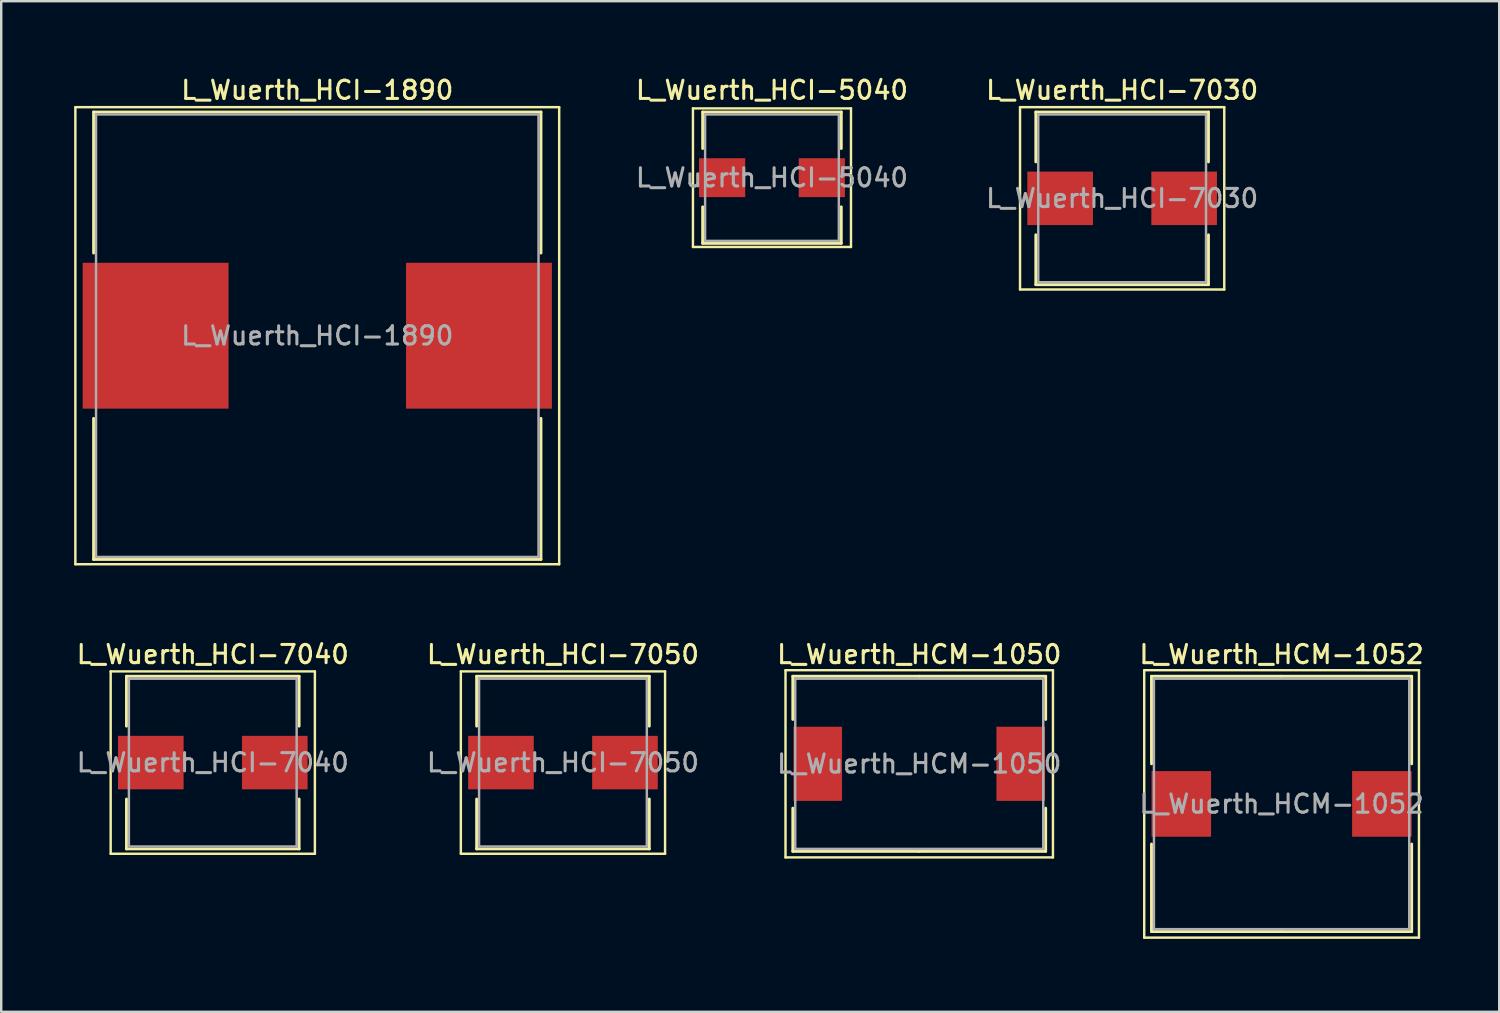
<source format=kicad_pcb>
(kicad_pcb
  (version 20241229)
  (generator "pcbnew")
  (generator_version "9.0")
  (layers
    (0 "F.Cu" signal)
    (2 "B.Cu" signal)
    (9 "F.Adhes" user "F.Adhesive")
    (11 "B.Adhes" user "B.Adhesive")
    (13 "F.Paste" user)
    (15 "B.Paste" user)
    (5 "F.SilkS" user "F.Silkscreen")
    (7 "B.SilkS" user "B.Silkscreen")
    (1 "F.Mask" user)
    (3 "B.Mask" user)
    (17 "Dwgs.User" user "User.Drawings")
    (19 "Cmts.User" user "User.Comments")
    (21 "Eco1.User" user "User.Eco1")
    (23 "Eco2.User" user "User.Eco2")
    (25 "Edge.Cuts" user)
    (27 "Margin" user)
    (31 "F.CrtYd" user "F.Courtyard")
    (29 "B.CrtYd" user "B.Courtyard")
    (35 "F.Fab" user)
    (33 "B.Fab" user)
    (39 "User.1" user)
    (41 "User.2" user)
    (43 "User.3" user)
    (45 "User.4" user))
  (footprint "L_Wuerth_HCM-1052"
    (layer "F.Cu")
    (at 49.663 30.016)
    (property "Reference" "L_Wuerth_HCM-1052" (at 0 -6.15 0) (layer "F.SilkS") (effects (font (size 0.75 0.75) (thickness 0.125))))
    (attr smd)
    (fp_line (start -5.65 -5.5) (end -5.65 5.5) (stroke (width 0.1) (type solid)) (layer "F.SilkS"))
    (fp_line (start -5.65 5.5) (end 5.65 5.5) (stroke (width 0.1) (type solid)) (layer "F.SilkS"))
    (fp_line (start -5.35 -5.25) (end 0 -5.25) (stroke (width 0.12) (type solid)) (layer "F.SilkS"))
    (fp_line (start -5.35 -1.65) (end -5.35 -5.25) (stroke (width 0.12) (type solid)) (layer "F.SilkS"))
    (fp_line (start -5.35 1.65) (end -5.35 5.25) (stroke (width 0.12) (type solid)) (layer "F.SilkS"))
    (fp_line (start -5.35 5.25) (end 0 5.25) (stroke (width 0.12) (type solid)) (layer "F.SilkS"))
    (fp_line (start 5.35 -5.25) (end 0 -5.25) (stroke (width 0.12) (type solid)) (layer "F.SilkS"))
    (fp_line (start 5.35 -1.65) (end 5.35 -5.25) (stroke (width 0.12) (type solid)) (layer "F.SilkS"))
    (fp_line (start 5.35 1.65) (end 5.35 5.25) (stroke (width 0.12) (type solid)) (layer "F.SilkS"))
    (fp_line (start 5.35 5.25) (end 0 5.25) (stroke (width 0.12) (type solid)) (layer "F.SilkS"))
    (fp_line (start 5.65 -5.5) (end -5.65 -5.5) (stroke (width 0.1) (type solid)) (layer "F.SilkS"))
    (fp_line (start 5.65 5.5) (end 5.65 -5.5) (stroke (width 0.1) (type solid)) (layer "F.SilkS"))
    (fp_line (start -5.25 -5.15) (end -5.25 5.15) (stroke (width 0.1) (type solid)) (layer "F.Fab"))
    (fp_line (start -5.25 5.15) (end 5.25 5.15) (stroke (width 0.1) (type solid)) (layer "F.Fab"))
    (fp_line (start 5.25 -5.15) (end -5.25 -5.15) (stroke (width 0.1) (type solid)) (layer "F.Fab"))
    (fp_line (start 5.25 5.15) (end 5.25 -5.15) (stroke (width 0.1) (type solid)) (layer "F.Fab"))
    (fp_text user "${REFERENCE}" (at 0 0 0) (layer "F.Fab") (effects (font (size 0.75 0.75) (thickness 0.125))))
    (pad "1" smd rect (at -4.125 0) (size 2.45 2.7) (layers "F.Cu" "F.Mask" "F.Paste"))
    (pad "2" smd rect (at 4.125 0) (size 2.45 2.7) (layers "F.Cu" "F.Mask" "F.Paste")))
  (footprint "L_Wuerth_HCI-1890"
    (layer "F.Cu")
    (at 10 10.758)
    (property "Reference" "L_Wuerth_HCI-1890" (at 0 -10.1 0) (layer "F.SilkS") (effects (font (size 0.75 0.75) (thickness 0.125))))
    (attr smd)
    (fp_line (start -9.95 -9.4) (end -9.95 9.4) (stroke (width 0.1) (type solid)) (layer "F.SilkS"))
    (fp_line (start -9.95 9.4) (end 9.95 9.4) (stroke (width 0.1) (type solid)) (layer "F.SilkS"))
    (fp_line (start -9.2 -9.2) (end 9.2 -9.2) (stroke (width 0.12) (type solid)) (layer "F.SilkS"))
    (fp_line (start -9.2 -3.4) (end -9.2 -9.2) (stroke (width 0.12) (type solid)) (layer "F.SilkS"))
    (fp_line (start -9.2 3.4) (end -9.2 9.2) (stroke (width 0.12) (type solid)) (layer "F.SilkS"))
    (fp_line (start -9.2 9.2) (end 9.2 9.2) (stroke (width 0.12) (type solid)) (layer "F.SilkS"))
    (fp_line (start 9.2 -9.2) (end 9.2 -3.4) (stroke (width 0.12) (type solid)) (layer "F.SilkS"))
    (fp_line (start 9.2 9.2) (end 9.2 3.4) (stroke (width 0.12) (type solid)) (layer "F.SilkS"))
    (fp_line (start 9.95 -9.4) (end -9.95 -9.4) (stroke (width 0.1) (type solid)) (layer "F.SilkS"))
    (fp_line (start 9.95 9.4) (end 9.95 -9.4) (stroke (width 0.1) (type solid)) (layer "F.SilkS"))
    (fp_line (start -9.1 -9.1) (end -9.1 9.1) (stroke (width 0.1) (type solid)) (layer "F.Fab"))
    (fp_line (start -9.1 9.1) (end 9.1 9.1) (stroke (width 0.1) (type solid)) (layer "F.Fab"))
    (fp_line (start 9.1 -9.1) (end -9.1 -9.1) (stroke (width 0.1) (type solid)) (layer "F.Fab"))
    (fp_line (start 9.1 9.1) (end 9.1 -9.1) (stroke (width 0.1) (type solid)) (layer "F.Fab"))
    (fp_text user "${REFERENCE}" (at 0 0 0) (layer "F.Fab") (effects (font (size 0.75 0.75) (thickness 0.125))))
    (pad "1" smd rect (at -6.65 0) (size 6 6) (layers "F.Cu" "F.Mask" "F.Paste"))
    (pad "2" smd rect (at 6.65 0) (size 6 6) (layers "F.Cu" "F.Mask" "F.Paste")))
  (footprint "L_Wuerth_HCM-1050"
    (layer "F.Cu")
    (at 34.759 28.366)
    (property "Reference" "L_Wuerth_HCM-1050" (at 0 -4.5 0) (layer "F.SilkS") (effects (font (size 0.75 0.75) (thickness 0.125))))
    (attr smd)
    (fp_line (start -5.5 -3.85) (end -5.5 3.85) (stroke (width 0.1) (type solid)) (layer "F.SilkS"))
    (fp_line (start -5.5 3.85) (end 5.5 3.85) (stroke (width 0.1) (type solid)) (layer "F.SilkS"))
    (fp_line (start -5.2 -3.6) (end 0 -3.6) (stroke (width 0.12) (type solid)) (layer "F.SilkS"))
    (fp_line (start -5.2 -1.825) (end -5.2 -3.6) (stroke (width 0.12) (type solid)) (layer "F.SilkS"))
    (fp_line (start -5.2 1.825) (end -5.2 3.6) (stroke (width 0.12) (type solid)) (layer "F.SilkS"))
    (fp_line (start -5.2 3.6) (end 0 3.6) (stroke (width 0.12) (type solid)) (layer "F.SilkS"))
    (fp_line (start 5.2 -3.6) (end 0 -3.6) (stroke (width 0.12) (type solid)) (layer "F.SilkS"))
    (fp_line (start 5.2 -1.825) (end 5.2 -3.6) (stroke (width 0.12) (type solid)) (layer "F.SilkS"))
    (fp_line (start 5.2 1.825) (end 5.2 3.6) (stroke (width 0.12) (type solid)) (layer "F.SilkS"))
    (fp_line (start 5.2 3.6) (end 0 3.6) (stroke (width 0.12) (type solid)) (layer "F.SilkS"))
    (fp_line (start 5.5 -3.85) (end -5.5 -3.85) (stroke (width 0.1) (type solid)) (layer "F.SilkS"))
    (fp_line (start 5.5 3.85) (end 5.5 -3.85) (stroke (width 0.1) (type solid)) (layer "F.SilkS"))
    (fp_line (start -5.1 -3.5) (end -5.1 3.5) (stroke (width 0.1) (type solid)) (layer "F.Fab"))
    (fp_line (start -5.1 3.5) (end 5.1 3.5) (stroke (width 0.1) (type solid)) (layer "F.Fab"))
    (fp_line (start 5.1 -3.5) (end -5.1 -3.5) (stroke (width 0.1) (type solid)) (layer "F.Fab"))
    (fp_line (start 5.1 3.5) (end 5.1 -3.5) (stroke (width 0.1) (type solid)) (layer "F.Fab"))
    (fp_text user "${REFERENCE}" (at 0 0 0) (layer "F.Fab") (effects (font (size 0.75 0.75) (thickness 0.125))))
    (pad "1" smd rect (at -4.175 0) (size 2 3.05) (layers "F.Cu" "F.Mask" "F.Paste"))
    (pad "2" smd rect (at 4.175 0) (size 2 3.05) (layers "F.Cu" "F.Mask" "F.Paste")))
  (footprint "L_Wuerth_HCI-5040"
    (layer "F.Cu")
    (at 28.702 4.258)
    (property "Reference" "L_Wuerth_HCI-5040" (at 0 -3.6 0) (layer "F.SilkS") (effects (font (size 0.75 0.75) (thickness 0.125))))
    (attr smd)
    (fp_line (start -3.25 -2.85) (end -3.25 2.85) (stroke (width 0.1) (type solid)) (layer "F.SilkS"))
    (fp_line (start -3.25 2.85) (end 3.25 2.85) (stroke (width 0.1) (type solid)) (layer "F.SilkS"))
    (fp_line (start -2.85 -2.7) (end 2.85 -2.7) (stroke (width 0.12) (type solid)) (layer "F.SilkS"))
    (fp_line (start -2.85 -1.2) (end -2.85 -2.7) (stroke (width 0.12) (type solid)) (layer "F.SilkS"))
    (fp_line (start -2.85 1.2) (end -2.85 2.7) (stroke (width 0.12) (type solid)) (layer "F.SilkS"))
    (fp_line (start -2.85 2.7) (end 2.85 2.7) (stroke (width 0.12) (type solid)) (layer "F.SilkS"))
    (fp_line (start 2.85 -2.7) (end 2.85 -1.2) (stroke (width 0.12) (type solid)) (layer "F.SilkS"))
    (fp_line (start 2.85 2.7) (end 2.85 1.2) (stroke (width 0.12) (type solid)) (layer "F.SilkS"))
    (fp_line (start 3.25 -2.85) (end -3.25 -2.85) (stroke (width 0.1) (type solid)) (layer "F.SilkS"))
    (fp_line (start 3.25 2.85) (end 3.25 -2.85) (stroke (width 0.1) (type solid)) (layer "F.SilkS"))
    (fp_line (start -2.75 -2.6) (end -2.75 2.6) (stroke (width 0.1) (type solid)) (layer "F.Fab"))
    (fp_line (start -2.75 2.6) (end 2.75 2.6) (stroke (width 0.1) (type solid)) (layer "F.Fab"))
    (fp_line (start 2.75 -2.6) (end -2.75 -2.6) (stroke (width 0.1) (type solid)) (layer "F.Fab"))
    (fp_line (start 2.75 2.6) (end 2.75 -2.6) (stroke (width 0.1) (type solid)) (layer "F.Fab"))
    (fp_text user "${REFERENCE}" (at 0 0 0) (layer "F.Fab") (effects (font (size 0.75 0.75) (thickness 0.125))))
    (pad "1" smd rect (at -2.05 0) (size 1.9 1.6) (layers "F.Cu" "F.Mask" "F.Paste"))
    (pad "2" smd rect (at 2.05 0) (size 1.9 1.6) (layers "F.Cu" "F.Mask" "F.Paste")))
  (footprint "L_Wuerth_HCI-7050"
    (layer "F.Cu")
    (at 20.105 28.316)
    (property "Reference" "L_Wuerth_HCI-7050" (at 0 -4.45 0) (layer "F.SilkS") (effects (font (size 0.75 0.75) (thickness 0.125))))
    (attr smd)
    (fp_line (start -4.2 -3.75) (end -4.2 3.75) (stroke (width 0.1) (type solid)) (layer "F.SilkS"))
    (fp_line (start -4.2 3.75) (end 4.2 3.75) (stroke (width 0.1) (type solid)) (layer "F.SilkS"))
    (fp_line (start -3.55 -3.55) (end 3.55 -3.55) (stroke (width 0.12) (type solid)) (layer "F.SilkS"))
    (fp_line (start -3.55 -1.5) (end -3.55 -3.55) (stroke (width 0.12) (type solid)) (layer "F.SilkS"))
    (fp_line (start -3.55 1.5) (end -3.55 3.55) (stroke (width 0.12) (type solid)) (layer "F.SilkS"))
    (fp_line (start -3.55 3.55) (end 3.55 3.55) (stroke (width 0.12) (type solid)) (layer "F.SilkS"))
    (fp_line (start 3.55 -3.55) (end 3.55 -1.5) (stroke (width 0.12) (type solid)) (layer "F.SilkS"))
    (fp_line (start 3.55 3.55) (end 3.55 1.5) (stroke (width 0.12) (type solid)) (layer "F.SilkS"))
    (fp_line (start 4.2 -3.75) (end -4.2 -3.75) (stroke (width 0.1) (type solid)) (layer "F.SilkS"))
    (fp_line (start 4.2 3.75) (end 4.2 -3.75) (stroke (width 0.1) (type solid)) (layer "F.SilkS"))
    (fp_line (start -3.45 -3.45) (end -3.45 3.45) (stroke (width 0.1) (type solid)) (layer "F.Fab"))
    (fp_line (start -3.45 3.45) (end 3.45 3.45) (stroke (width 0.1) (type solid)) (layer "F.Fab"))
    (fp_line (start 3.45 -3.45) (end -3.45 -3.45) (stroke (width 0.1) (type solid)) (layer "F.Fab"))
    (fp_line (start 3.45 3.45) (end 3.45 -3.45) (stroke (width 0.1) (type solid)) (layer "F.Fab"))
    (fp_text user "${REFERENCE}" (at 0 0 0) (layer "F.Fab") (effects (font (size 0.75 0.75) (thickness 0.125))))
    (pad "1" smd rect (at -2.55 0) (size 2.7 2.2) (layers "F.Cu" "F.Mask" "F.Paste"))
    (pad "2" smd rect (at 2.55 0) (size 2.7 2.2) (layers "F.Cu" "F.Mask" "F.Paste")))
  (footprint "L_Wuerth_HCI-7040"
    (layer "F.Cu")
    (at 5.702 28.316)
    (property "Reference" "L_Wuerth_HCI-7040" (at 0 -4.45 0) (layer "F.SilkS") (effects (font (size 0.75 0.75) (thickness 0.125))))
    (attr smd)
    (fp_line (start -4.2 -3.75) (end -4.2 3.75) (stroke (width 0.1) (type solid)) (layer "F.SilkS"))
    (fp_line (start -4.2 3.75) (end 4.2 3.75) (stroke (width 0.1) (type solid)) (layer "F.SilkS"))
    (fp_line (start -3.55 -3.55) (end 3.55 -3.55) (stroke (width 0.12) (type solid)) (layer "F.SilkS"))
    (fp_line (start -3.55 -1.5) (end -3.55 -3.55) (stroke (width 0.12) (type solid)) (layer "F.SilkS"))
    (fp_line (start -3.55 1.5) (end -3.55 3.55) (stroke (width 0.12) (type solid)) (layer "F.SilkS"))
    (fp_line (start -3.55 3.55) (end 3.55 3.55) (stroke (width 0.12) (type solid)) (layer "F.SilkS"))
    (fp_line (start 3.55 -3.55) (end 3.55 -1.5) (stroke (width 0.12) (type solid)) (layer "F.SilkS"))
    (fp_line (start 3.55 3.55) (end 3.55 1.5) (stroke (width 0.12) (type solid)) (layer "F.SilkS"))
    (fp_line (start 4.2 -3.75) (end -4.2 -3.75) (stroke (width 0.1) (type solid)) (layer "F.SilkS"))
    (fp_line (start 4.2 3.75) (end 4.2 -3.75) (stroke (width 0.1) (type solid)) (layer "F.SilkS"))
    (fp_line (start -3.45 -3.45) (end -3.45 3.45) (stroke (width 0.1) (type solid)) (layer "F.Fab"))
    (fp_line (start -3.45 3.45) (end 3.45 3.45) (stroke (width 0.1) (type solid)) (layer "F.Fab"))
    (fp_line (start 3.45 -3.45) (end -3.45 -3.45) (stroke (width 0.1) (type solid)) (layer "F.Fab"))
    (fp_line (start 3.45 3.45) (end 3.45 -3.45) (stroke (width 0.1) (type solid)) (layer "F.Fab"))
    (fp_text user "${REFERENCE}" (at 0 0 0) (layer "F.Fab") (effects (font (size 0.75 0.75) (thickness 0.125))))
    (pad "1" smd rect (at -2.55 0) (size 2.7 2.2) (layers "F.Cu" "F.Mask" "F.Paste"))
    (pad "2" smd rect (at 2.55 0) (size 2.7 2.2) (layers "F.Cu" "F.Mask" "F.Paste")))
  (footprint "L_Wuerth_HCI-7030"
    (layer "F.Cu")
    (at 43.105 5.108)
    (property "Reference" "L_Wuerth_HCI-7030" (at 0 -4.45 0) (layer "F.SilkS") (effects (font (size 0.75 0.75) (thickness 0.125))))
    (attr smd)
    (fp_line (start -4.2 -3.75) (end -4.2 3.75) (stroke (width 0.1) (type solid)) (layer "F.SilkS"))
    (fp_line (start -4.2 3.75) (end 4.2 3.75) (stroke (width 0.1) (type solid)) (layer "F.SilkS"))
    (fp_line (start -3.55 -3.55) (end 3.55 -3.55) (stroke (width 0.12) (type solid)) (layer "F.SilkS"))
    (fp_line (start -3.55 -1.5) (end -3.55 -3.55) (stroke (width 0.12) (type solid)) (layer "F.SilkS"))
    (fp_line (start -3.55 1.5) (end -3.55 3.55) (stroke (width 0.12) (type solid)) (layer "F.SilkS"))
    (fp_line (start -3.55 3.55) (end 3.55 3.55) (stroke (width 0.12) (type solid)) (layer "F.SilkS"))
    (fp_line (start 3.55 -3.55) (end 3.55 -1.5) (stroke (width 0.12) (type solid)) (layer "F.SilkS"))
    (fp_line (start 3.55 3.55) (end 3.55 1.5) (stroke (width 0.12) (type solid)) (layer "F.SilkS"))
    (fp_line (start 4.2 -3.75) (end -4.2 -3.75) (stroke (width 0.1) (type solid)) (layer "F.SilkS"))
    (fp_line (start 4.2 3.75) (end 4.2 -3.75) (stroke (width 0.1) (type solid)) (layer "F.SilkS"))
    (fp_line (start -3.45 -3.45) (end -3.45 3.45) (stroke (width 0.1) (type solid)) (layer "F.Fab"))
    (fp_line (start -3.45 3.45) (end 3.45 3.45) (stroke (width 0.1) (type solid)) (layer "F.Fab"))
    (fp_line (start 3.45 -3.45) (end -3.45 -3.45) (stroke (width 0.1) (type solid)) (layer "F.Fab"))
    (fp_line (start 3.45 3.45) (end 3.45 -3.45) (stroke (width 0.1) (type solid)) (layer "F.Fab"))
    (fp_text user "${REFERENCE}" (at 0 0 0) (layer "F.Fab") (effects (font (size 0.75 0.75) (thickness 0.125))))
    (pad "1" smd rect (at -2.55 0) (size 2.7 2.2) (layers "F.Cu" "F.Mask" "F.Paste"))
    (pad "2" smd rect (at 2.55 0) (size 2.7 2.2) (layers "F.Cu" "F.Mask" "F.Paste")))
  (gr_rect
    (start -3 -3)
    (end 58.614 38.566)
    (stroke (width 0.1) (type default))
    (fill no)
    (layer "Edge.Cuts")))
</source>
